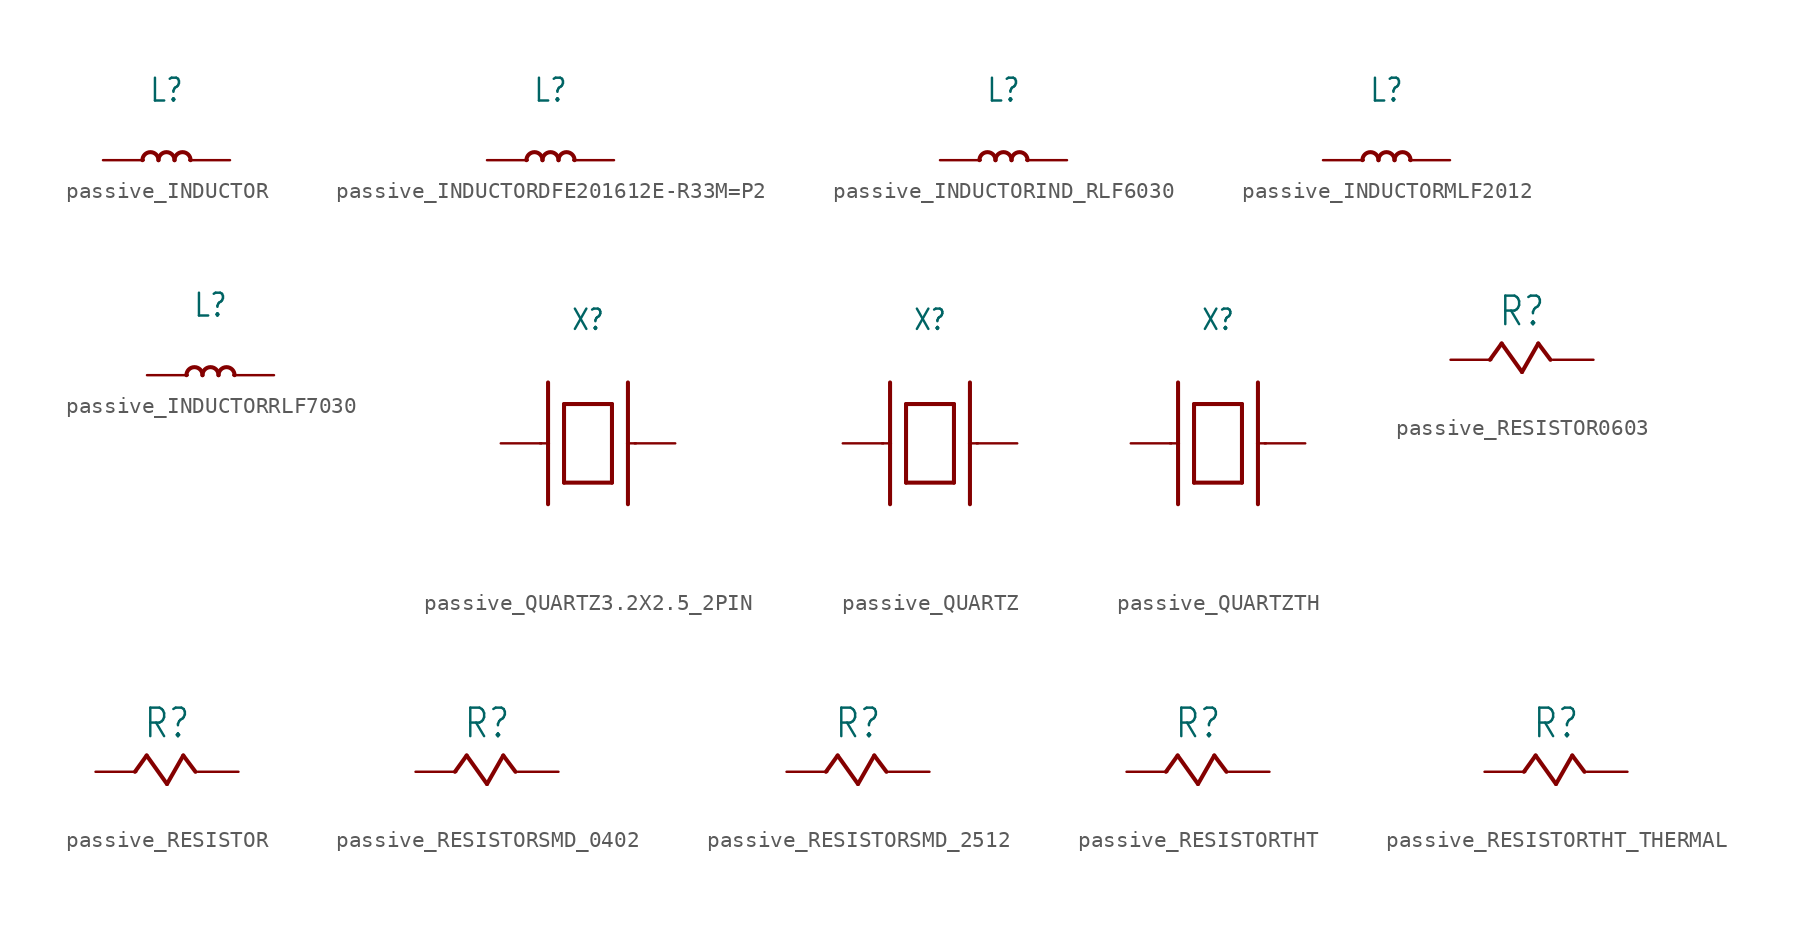
<source format=kicad_sym>
(kicad_symbol_lib
  (version 20241209)
  (generator "kicad_symbol_editor")
  (generator_version "9.0")
  (symbol "passive_INDUCTOR"
    (property "Reference" "L"
      (at 0 3.54 0)
      (effects (font (size 1.422 1.209)) (justify bottom)))
    (property "Value" ""
      (at 0 1 0)
      (effects (font (size 1.422 1.209)) (justify bottom)))
    (property "ki_locked" ""
      (at 0 0 0)
      (effects (font (size 1.27 1.27))))
    (symbol "passive_INDUCTOR_1_0"
      (arc (start -1.5 0) (mid -1 0.5) (end -0.5 0) (stroke (width 0.254) (type solid)) (fill (type none)))
      (arc (start -0.5 0) (mid 0 0.5) (end 0.5 0) (stroke (width 0.254) (type solid)) (fill (type none)))
      (arc (start 0.5 0) (mid 1 0.5) (end 1.5 0) (stroke (width 0.254) (type solid)) (fill (type none)))
      (pin bidirectional line (at -3.96 0 0) (length 2.54) (name "P$1" (effects (font (size 0 0)))) (number "1" (effects (font (size 0 0)))))
      (pin bidirectional line (at 3.96 0 180) (length 2.54) (name "P$2" (effects (font (size 0 0)))) (number "2" (effects (font (size 0 0)))))))
  (symbol "passive_INDUCTORDFE201612E-R33M=P2"
    (property "Reference" "L"
      (at 0 3.54 0)
      (effects (font (size 1.422 1.209)) (justify bottom)))
    (property "Value" ""
      (at 0 1 0)
      (effects (font (size 1.422 1.209)) (justify bottom)))
    (property "ki_locked" ""
      (at 0 0 0)
      (effects (font (size 1.27 1.27))))
    (symbol "passive_INDUCTORDFE201612E-R33M=P2_1_0"
      (arc (start -1.5 0) (mid -1 0.5) (end -0.5 0) (stroke (width 0.254) (type solid)) (fill (type none)))
      (arc (start -0.5 0) (mid 0 0.5) (end 0.5 0) (stroke (width 0.254) (type solid)) (fill (type none)))
      (arc (start 0.5 0) (mid 1 0.5) (end 1.5 0) (stroke (width 0.254) (type solid)) (fill (type none)))
      (pin bidirectional line (at -3.96 0 0) (length 2.54) (name "P$1" (effects (font (size 0 0)))) (number "1" (effects (font (size 0 0)))))
      (pin bidirectional line (at 3.96 0 180) (length 2.54) (name "P$2" (effects (font (size 0 0)))) (number "2" (effects (font (size 0 0)))))))
  (symbol "passive_INDUCTORIND_RLF6030"
    (property "Reference" "L"
      (at 0 3.54 0)
      (effects (font (size 1.422 1.209)) (justify bottom)))
    (property "Value" ""
      (at 0 1 0)
      (effects (font (size 1.422 1.209)) (justify bottom)))
    (property "ki_locked" ""
      (at 0 0 0)
      (effects (font (size 1.27 1.27))))
    (symbol "passive_INDUCTORIND_RLF6030_1_0"
      (arc (start -1.5 0) (mid -1 0.5) (end -0.5 0) (stroke (width 0.254) (type solid)) (fill (type none)))
      (arc (start -0.5 0) (mid 0 0.5) (end 0.5 0) (stroke (width 0.254) (type solid)) (fill (type none)))
      (arc (start 0.5 0) (mid 1 0.5) (end 1.5 0) (stroke (width 0.254) (type solid)) (fill (type none)))
      (pin bidirectional line (at -3.96 0 0) (length 2.54) (name "P$1" (effects (font (size 0 0)))) (number "1" (effects (font (size 0 0)))))
      (pin bidirectional line (at 3.96 0 180) (length 2.54) (name "P$2" (effects (font (size 0 0)))) (number "2" (effects (font (size 0 0)))))))
  (symbol "passive_INDUCTORMLF2012"
    (property "Reference" "L"
      (at 0 3.54 0)
      (effects (font (size 1.422 1.209)) (justify bottom)))
    (property "Value" ""
      (at 0 1 0)
      (effects (font (size 1.422 1.209)) (justify bottom)))
    (property "ki_locked" ""
      (at 0 0 0)
      (effects (font (size 1.27 1.27))))
    (symbol "passive_INDUCTORMLF2012_1_0"
      (arc (start -1.5 0) (mid -1 0.5) (end -0.5 0) (stroke (width 0.254) (type solid)) (fill (type none)))
      (arc (start -0.5 0) (mid 0 0.5) (end 0.5 0) (stroke (width 0.254) (type solid)) (fill (type none)))
      (arc (start 0.5 0) (mid 1 0.5) (end 1.5 0) (stroke (width 0.254) (type solid)) (fill (type none)))
      (pin bidirectional line (at -3.96 0 0) (length 2.54) (name "P$1" (effects (font (size 0 0)))) (number "1" (effects (font (size 0 0)))))
      (pin bidirectional line (at 3.96 0 180) (length 2.54) (name "P$2" (effects (font (size 0 0)))) (number "2" (effects (font (size 0 0)))))))
  (symbol "passive_INDUCTORRLF7030"
    (property "Reference" "L"
      (at 0 3.54 0)
      (effects (font (size 1.422 1.209)) (justify bottom)))
    (property "Value" ""
      (at 0 1 0)
      (effects (font (size 1.422 1.209)) (justify bottom)))
    (property "ki_locked" ""
      (at 0 0 0)
      (effects (font (size 1.27 1.27))))
    (symbol "passive_INDUCTORRLF7030_1_0"
      (arc (start -1.5 0) (mid -1 0.5) (end -0.5 0) (stroke (width 0.254) (type solid)) (fill (type none)))
      (arc (start -0.5 0) (mid 0 0.5) (end 0.5 0) (stroke (width 0.254) (type solid)) (fill (type none)))
      (arc (start 0.5 0) (mid 1 0.5) (end 1.5 0) (stroke (width 0.254) (type solid)) (fill (type none)))
      (pin bidirectional line (at -3.96 0 0) (length 2.54) (name "P$1" (effects (font (size 0 0)))) (number "1" (effects (font (size 0 0)))))
      (pin bidirectional line (at 3.96 0 180) (length 2.54) (name "P$2" (effects (font (size 0 0)))) (number "2" (effects (font (size 0 0)))))))
  (symbol "passive_QUARTZ3.2X2.5_2PIN"
    (property "Reference" "X"
      (at 0 7 0)
      (effects (font (size 1.27 1.079)) (justify bottom)))
    (property "Value" ""
      (at 0 -7 0)
      (effects (font (size 1.27 1.079)) (justify top)))
    (property "ki_locked" ""
      (at 0 0 0)
      (effects (font (size 1.27 1.27))))
    (symbol "passive_QUARTZ3.2X2.5_2PIN_1_0"
      (polyline (pts (xy -3 0) (xy -2.5 0)) (stroke (width 0.152) (type solid)) (fill (type none)))
      (polyline (pts (xy -2.5 3.81) (xy -2.5 0)) (stroke (width 0.254) (type solid)) (fill (type none)))
      (polyline (pts (xy -2.5 0) (xy -2.5 -3.81)) (stroke (width 0.254) (type solid)) (fill (type none)))
      (polyline (pts (xy -1.5 2.46) (xy -1.5 -2.46)) (stroke (width 0.254) (type solid)) (fill (type none)))
      (polyline (pts (xy -1.5 -2.46) (xy 1.5 -2.46)) (stroke (width 0.254) (type solid)) (fill (type none)))
      (polyline (pts (xy 1.5 2.46) (xy -1.5 2.46)) (stroke (width 0.254) (type solid)) (fill (type none)))
      (polyline (pts (xy 1.5 -2.46) (xy 1.5 2.46)) (stroke (width 0.254) (type solid)) (fill (type none)))
      (polyline (pts (xy 2.5 3.81) (xy 2.5 0)) (stroke (width 0.254) (type solid)) (fill (type none)))
      (polyline (pts (xy 2.5 0) (xy 2.5 -3.81)) (stroke (width 0.254) (type solid)) (fill (type none)))
      (polyline (pts (xy 2.5 0) (xy 3 0)) (stroke (width 0.152) (type solid)) (fill (type none)))
      (pin bidirectional line (at -5.46 0 0) (length 2.54) (name "P$1" (effects (font (size 0 0)))) (number "1" (effects (font (size 0 0)))))
      (pin bidirectional line (at 5.46 0 180) (length 2.54) (name "P$2" (effects (font (size 0 0)))) (number "2" (effects (font (size 0 0)))))))
  (symbol "passive_QUARTZ"
    (property "Reference" "X"
      (at 0 7 0)
      (effects (font (size 1.27 1.079)) (justify bottom)))
    (property "Value" ""
      (at 0 -7 0)
      (effects (font (size 1.27 1.079)) (justify top)))
    (property "ki_locked" ""
      (at 0 0 0)
      (effects (font (size 1.27 1.27))))
    (symbol "passive_QUARTZ_1_0"
      (polyline (pts (xy -3 0) (xy -2.5 0)) (stroke (width 0.152) (type solid)) (fill (type none)))
      (polyline (pts (xy -2.5 3.81) (xy -2.5 0)) (stroke (width 0.254) (type solid)) (fill (type none)))
      (polyline (pts (xy -2.5 0) (xy -2.5 -3.81)) (stroke (width 0.254) (type solid)) (fill (type none)))
      (polyline (pts (xy -1.5 2.46) (xy -1.5 -2.46)) (stroke (width 0.254) (type solid)) (fill (type none)))
      (polyline (pts (xy -1.5 -2.46) (xy 1.5 -2.46)) (stroke (width 0.254) (type solid)) (fill (type none)))
      (polyline (pts (xy 1.5 2.46) (xy -1.5 2.46)) (stroke (width 0.254) (type solid)) (fill (type none)))
      (polyline (pts (xy 1.5 -2.46) (xy 1.5 2.46)) (stroke (width 0.254) (type solid)) (fill (type none)))
      (polyline (pts (xy 2.5 3.81) (xy 2.5 0)) (stroke (width 0.254) (type solid)) (fill (type none)))
      (polyline (pts (xy 2.5 0) (xy 2.5 -3.81)) (stroke (width 0.254) (type solid)) (fill (type none)))
      (polyline (pts (xy 2.5 0) (xy 3 0)) (stroke (width 0.152) (type solid)) (fill (type none)))
      (pin bidirectional line (at -5.46 0 0) (length 2.54) (name "P$1" (effects (font (size 0 0)))) (number "1" (effects (font (size 0 0)))))
      (pin bidirectional line (at 5.46 0 180) (length 2.54) (name "P$2" (effects (font (size 0 0)))) (number "3" (effects (font (size 0 0)))))))
  (symbol "passive_QUARTZTH"
    (property "Reference" "X"
      (at 0 7 0)
      (effects (font (size 1.27 1.079)) (justify bottom)))
    (property "Value" ""
      (at 0 -7 0)
      (effects (font (size 1.27 1.079)) (justify top)))
    (property "ki_locked" ""
      (at 0 0 0)
      (effects (font (size 1.27 1.27))))
    (symbol "passive_QUARTZTH_1_0"
      (polyline (pts (xy -3 0) (xy -2.5 0)) (stroke (width 0.152) (type solid)) (fill (type none)))
      (polyline (pts (xy -2.5 3.81) (xy -2.5 0)) (stroke (width 0.254) (type solid)) (fill (type none)))
      (polyline (pts (xy -2.5 0) (xy -2.5 -3.81)) (stroke (width 0.254) (type solid)) (fill (type none)))
      (polyline (pts (xy -1.5 2.46) (xy -1.5 -2.46)) (stroke (width 0.254) (type solid)) (fill (type none)))
      (polyline (pts (xy -1.5 -2.46) (xy 1.5 -2.46)) (stroke (width 0.254) (type solid)) (fill (type none)))
      (polyline (pts (xy 1.5 2.46) (xy -1.5 2.46)) (stroke (width 0.254) (type solid)) (fill (type none)))
      (polyline (pts (xy 1.5 -2.46) (xy 1.5 2.46)) (stroke (width 0.254) (type solid)) (fill (type none)))
      (polyline (pts (xy 2.5 3.81) (xy 2.5 0)) (stroke (width 0.254) (type solid)) (fill (type none)))
      (polyline (pts (xy 2.5 0) (xy 2.5 -3.81)) (stroke (width 0.254) (type solid)) (fill (type none)))
      (polyline (pts (xy 2.5 0) (xy 3 0)) (stroke (width 0.152) (type solid)) (fill (type none)))
      (pin bidirectional line (at -5.46 0 0) (length 2.54) (name "P$1" (effects (font (size 0 0)))) (number "P$1" (effects (font (size 0 0)))))
      (pin bidirectional line (at 5.46 0 180) (length 2.54) (name "P$2" (effects (font (size 0 0)))) (number "P$2" (effects (font (size 0 0)))))))
  (symbol "passive_RESISTOR0603"
    (property "Reference" "R"
      (at 0 2 0)
      (effects (font (size 1.778 1.511)) (justify bottom)))
    (property "Value" ""
      (at 0 -2 0)
      (effects (font (size 1.778 1.511)) (justify top)))
    (property "ki_locked" ""
      (at 0 0 0)
      (effects (font (size 1.27 1.27))))
    (symbol "passive_RESISTOR0603_1_0"
      (polyline (pts (xy -2 0) (xy -1.27 1.016)) (stroke (width 0.254) (type solid)) (fill (type none)))
      (polyline (pts (xy -1.27 1.016) (xy 0 -0.762)) (stroke (width 0.254) (type solid)) (fill (type none)))
      (polyline (pts (xy 0 -0.762) (xy 1.016 1.016)) (stroke (width 0.254) (type solid)) (fill (type none)))
      (polyline (pts (xy 1.016 1.016) (xy 1.778 0)) (stroke (width 0.254) (type solid)) (fill (type none)))
      (pin bidirectional line (at -4.46 0 0) (length 2.54) (name "1" (effects (font (size 0 0)))) (number "1" (effects (font (size 0 0)))))
      (pin bidirectional line (at 4.46 0 180) (length 2.54) (name "2" (effects (font (size 0 0)))) (number "2" (effects (font (size 0 0)))))))
  (symbol "passive_RESISTOR"
    (property "Reference" "R"
      (at 0 2 0)
      (effects (font (size 1.778 1.511)) (justify bottom)))
    (property "Value" ""
      (at 0 -2 0)
      (effects (font (size 1.778 1.511)) (justify top)))
    (property "ki_locked" ""
      (at 0 0 0)
      (effects (font (size 1.27 1.27))))
    (symbol "passive_RESISTOR_1_0"
      (polyline (pts (xy -2 0) (xy -1.27 1.016)) (stroke (width 0.254) (type solid)) (fill (type none)))
      (polyline (pts (xy -1.27 1.016) (xy 0 -0.762)) (stroke (width 0.254) (type solid)) (fill (type none)))
      (polyline (pts (xy 0 -0.762) (xy 1.016 1.016)) (stroke (width 0.254) (type solid)) (fill (type none)))
      (polyline (pts (xy 1.016 1.016) (xy 1.778 0)) (stroke (width 0.254) (type solid)) (fill (type none)))
      (pin bidirectional line (at -4.46 0 0) (length 2.54) (name "1" (effects (font (size 0 0)))) (number "1" (effects (font (size 0 0)))))
      (pin bidirectional line (at 4.46 0 180) (length 2.54) (name "2" (effects (font (size 0 0)))) (number "2" (effects (font (size 0 0)))))))
  (symbol "passive_RESISTORSMD_0402"
    (property "Reference" "R"
      (at 0 2 0)
      (effects (font (size 1.778 1.511)) (justify bottom)))
    (property "Value" ""
      (at 0 -2 0)
      (effects (font (size 1.778 1.511)) (justify top)))
    (property "ki_locked" ""
      (at 0 0 0)
      (effects (font (size 1.27 1.27))))
    (symbol "passive_RESISTORSMD_0402_1_0"
      (polyline (pts (xy -2 0) (xy -1.27 1.016)) (stroke (width 0.254) (type solid)) (fill (type none)))
      (polyline (pts (xy -1.27 1.016) (xy 0 -0.762)) (stroke (width 0.254) (type solid)) (fill (type none)))
      (polyline (pts (xy 0 -0.762) (xy 1.016 1.016)) (stroke (width 0.254) (type solid)) (fill (type none)))
      (polyline (pts (xy 1.016 1.016) (xy 1.778 0)) (stroke (width 0.254) (type solid)) (fill (type none)))
      (pin bidirectional line (at -4.46 0 0) (length 2.54) (name "1" (effects (font (size 0 0)))) (number "1" (effects (font (size 0 0)))))
      (pin bidirectional line (at 4.46 0 180) (length 2.54) (name "2" (effects (font (size 0 0)))) (number "2" (effects (font (size 0 0)))))))
  (symbol "passive_RESISTORSMD_2512"
    (property "Reference" "R"
      (at 0 2 0)
      (effects (font (size 1.778 1.511)) (justify bottom)))
    (property "Value" ""
      (at 0 -2 0)
      (effects (font (size 1.778 1.511)) (justify top)))
    (property "ki_locked" ""
      (at 0 0 0)
      (effects (font (size 1.27 1.27))))
    (symbol "passive_RESISTORSMD_2512_1_0"
      (polyline (pts (xy -2 0) (xy -1.27 1.016)) (stroke (width 0.254) (type solid)) (fill (type none)))
      (polyline (pts (xy -1.27 1.016) (xy 0 -0.762)) (stroke (width 0.254) (type solid)) (fill (type none)))
      (polyline (pts (xy 0 -0.762) (xy 1.016 1.016)) (stroke (width 0.254) (type solid)) (fill (type none)))
      (polyline (pts (xy 1.016 1.016) (xy 1.778 0)) (stroke (width 0.254) (type solid)) (fill (type none)))
      (pin bidirectional line (at -4.46 0 0) (length 2.54) (name "1" (effects (font (size 0 0)))) (number "1" (effects (font (size 0 0)))))
      (pin bidirectional line (at 4.46 0 180) (length 2.54) (name "2" (effects (font (size 0 0)))) (number "2" (effects (font (size 0 0)))))))
  (symbol "passive_RESISTORTHT"
    (property "Reference" "R"
      (at 0 2 0)
      (effects (font (size 1.778 1.511)) (justify bottom)))
    (property "Value" ""
      (at 0 -2 0)
      (effects (font (size 1.778 1.511)) (justify top)))
    (property "ki_locked" ""
      (at 0 0 0)
      (effects (font (size 1.27 1.27))))
    (symbol "passive_RESISTORTHT_1_0"
      (polyline (pts (xy -2 0) (xy -1.27 1.016)) (stroke (width 0.254) (type solid)) (fill (type none)))
      (polyline (pts (xy -1.27 1.016) (xy 0 -0.762)) (stroke (width 0.254) (type solid)) (fill (type none)))
      (polyline (pts (xy 0 -0.762) (xy 1.016 1.016)) (stroke (width 0.254) (type solid)) (fill (type none)))
      (polyline (pts (xy 1.016 1.016) (xy 1.778 0)) (stroke (width 0.254) (type solid)) (fill (type none)))
      (pin bidirectional line (at -4.46 0 0) (length 2.54) (name "1" (effects (font (size 0 0)))) (number "P$1" (effects (font (size 0 0)))))
      (pin bidirectional line (at 4.46 0 180) (length 2.54) (name "2" (effects (font (size 0 0)))) (number "P$2" (effects (font (size 0 0)))))))
  (symbol "passive_RESISTORTHT_THERMAL"
    (property "Reference" "R"
      (at 0 2 0)
      (effects (font (size 1.778 1.511)) (justify bottom)))
    (property "Value" ""
      (at 0 -2 0)
      (effects (font (size 1.778 1.511)) (justify top)))
    (property "ki_locked" ""
      (at 0 0 0)
      (effects (font (size 1.27 1.27))))
    (symbol "passive_RESISTORTHT_THERMAL_1_0"
      (polyline (pts (xy -2 0) (xy -1.27 1.016)) (stroke (width 0.254) (type solid)) (fill (type none)))
      (polyline (pts (xy -1.27 1.016) (xy 0 -0.762)) (stroke (width 0.254) (type solid)) (fill (type none)))
      (polyline (pts (xy 0 -0.762) (xy 1.016 1.016)) (stroke (width 0.254) (type solid)) (fill (type none)))
      (polyline (pts (xy 1.016 1.016) (xy 1.778 0)) (stroke (width 0.254) (type solid)) (fill (type none)))
      (pin bidirectional line (at -4.46 0 0) (length 2.54) (name "1" (effects (font (size 0 0)))) (number "P$1" (effects (font (size 0 0)))))
      (pin bidirectional line (at 4.46 0 180) (length 2.54) (name "2" (effects (font (size 0 0)))) (number "P$2" (effects (font (size 0 0))))))))
</source>
